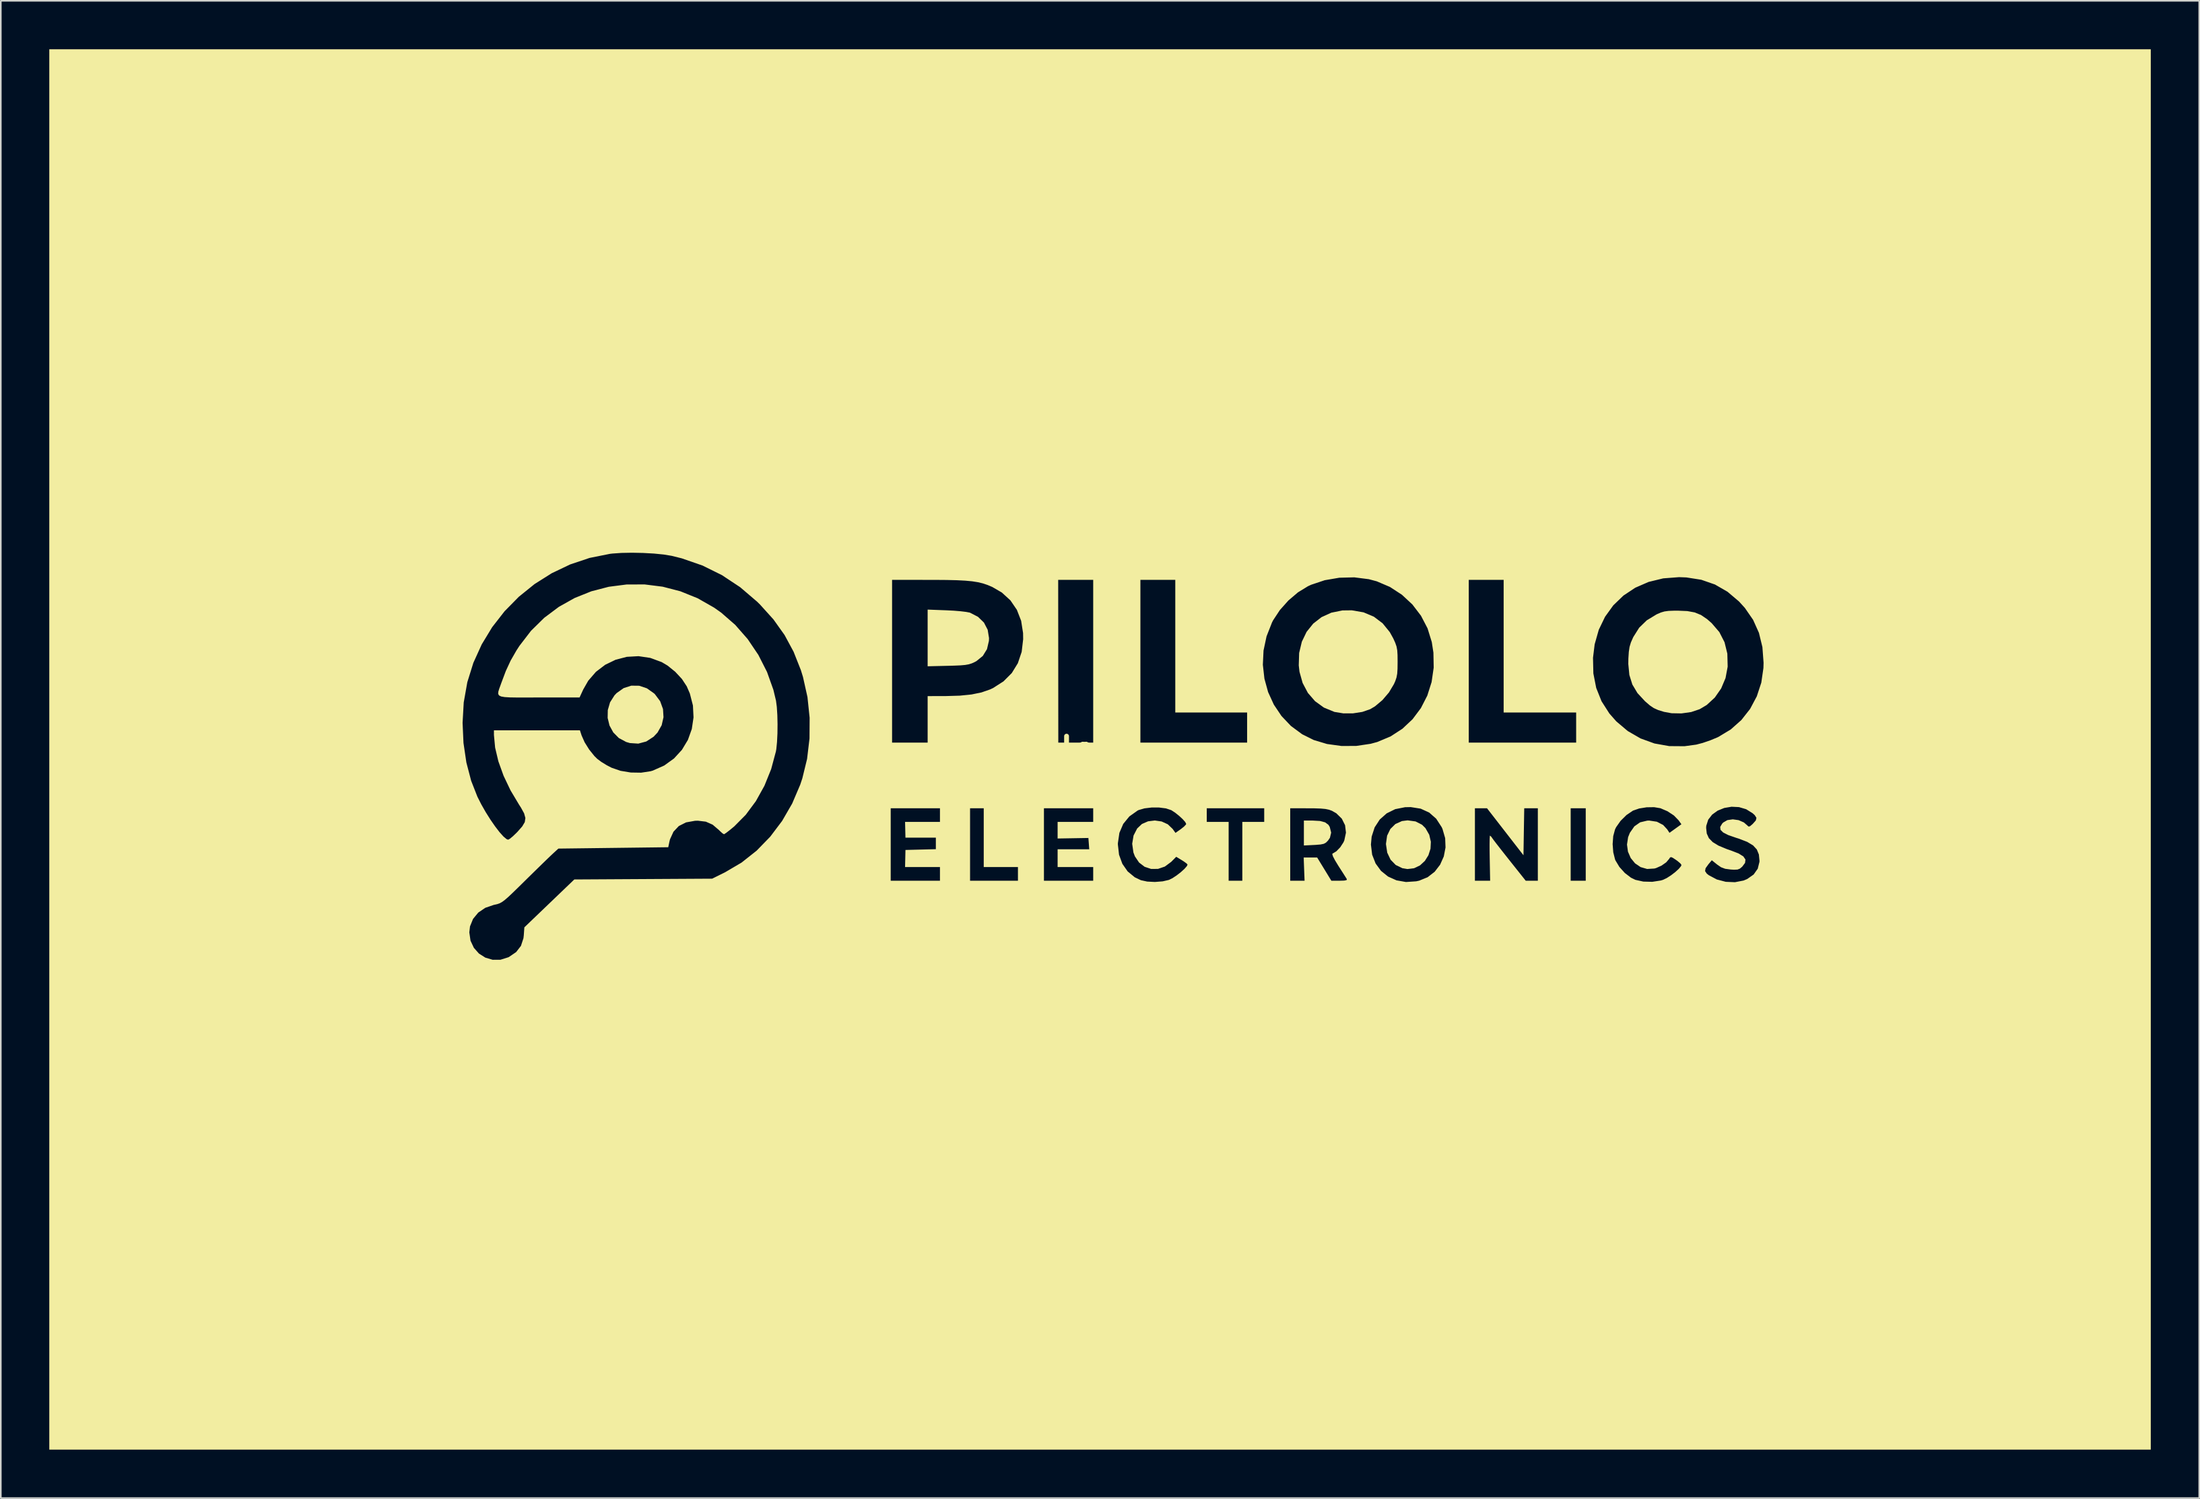
<source format=kicad_pcb>
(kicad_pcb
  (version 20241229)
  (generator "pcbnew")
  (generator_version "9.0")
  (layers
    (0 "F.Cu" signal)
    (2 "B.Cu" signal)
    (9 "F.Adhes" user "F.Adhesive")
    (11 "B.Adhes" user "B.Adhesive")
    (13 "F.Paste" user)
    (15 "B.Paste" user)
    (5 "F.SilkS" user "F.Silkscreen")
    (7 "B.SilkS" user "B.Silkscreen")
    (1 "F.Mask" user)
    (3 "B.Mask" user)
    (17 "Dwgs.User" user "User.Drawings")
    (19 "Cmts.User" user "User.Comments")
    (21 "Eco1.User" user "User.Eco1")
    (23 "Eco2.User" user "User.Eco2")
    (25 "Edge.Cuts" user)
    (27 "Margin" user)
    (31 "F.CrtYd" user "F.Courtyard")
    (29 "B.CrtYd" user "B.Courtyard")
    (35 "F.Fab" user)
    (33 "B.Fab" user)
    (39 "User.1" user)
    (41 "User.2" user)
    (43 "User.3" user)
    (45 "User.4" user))
  (footprint "logo"
    (layer "F.Cu")
    (at 65.024 43.349)
    (property "Reference" "logo" (at 0 0 0) (layer "F.SilkS") (effects (font (size 1.5 1.5) (thickness 0.3))))
    (attr board_only exclude_from_pos_files exclude_from_bom)
    (fp_poly (pts (xy 13.615 4.429) (xy 13.931 4.514) (xy 14.135 4.667) (xy 14.215 4.797) (xy 14.303 5.149) (xy 14.227 5.469) (xy 14.106 5.645) (xy 13.984 5.767) (xy 13.847 5.842) (xy 13.646 5.884) (xy 13.334 5.909) (xy 13.259 5.913) (xy 12.615 5.945) (xy 12.615 5.174) (xy 12.615 4.403) (xy 13.162 4.403)) (stroke (width 0) (type solid)) (fill yes) (layer "F.SilkS"))
    (fp_poly (pts (xy 19.526 4.457) (xy 19.927 4.662) (xy 20.138 4.872) (xy 20.373 5.282) (xy 20.473 5.716) (xy 20.451 6.146) (xy 20.322 6.55) (xy 20.1 6.903) (xy 19.8 7.179) (xy 19.435 7.354) (xy 19.019 7.404) (xy 18.711 7.353) (xy 18.296 7.151) (xy 17.979 6.824) (xy 17.774 6.393) (xy 17.696 5.877) (xy 17.695 5.835) (xy 17.766 5.336) (xy 17.966 4.924) (xy 18.277 4.617) (xy 18.684 4.434) (xy 19.035 4.39)) (stroke (width 0) (type solid)) (fill yes) (layer "F.SilkS"))
    (fp_poly (pts (xy -28.52 -3.944) (xy -28.042 -3.785) (xy -27.598 -3.47) (xy -27.544 -3.418) (xy -27.221 -2.986) (xy -27.045 -2.501) (xy -27.014 -1.996) (xy -27.127 -1.5) (xy -27.384 -1.046) (xy -27.628 -0.787) (xy -28.08 -0.493) (xy -28.573 -0.361) (xy -29.093 -0.395) (xy -29.325 -0.463) (xy -29.777 -0.705) (xy -30.122 -1.054) (xy -30.355 -1.479) (xy -30.47 -1.951) (xy -30.461 -2.44) (xy -30.322 -2.917) (xy -30.047 -3.35) (xy -29.916 -3.488) (xy -29.481 -3.797) (xy -29.008 -3.949)) (stroke (width 0) (type solid)) (fill yes) (layer "F.SilkS"))
    (fp_poly (pts (xy -9.504 -8.614) (xy -9.049 -8.591) (xy -8.63 -8.556) (xy -8.289 -8.515) (xy -8.068 -8.473) (xy -8.043 -8.465) (xy -7.551 -8.21) (xy -7.183 -7.853) (xy -6.953 -7.41) (xy -6.87 -6.898) (xy -6.876 -6.724) (xy -6.995 -6.211) (xy -7.254 -5.79) (xy -7.649 -5.469) (xy -7.763 -5.408) (xy -7.942 -5.327) (xy -8.125 -5.27) (xy -8.346 -5.231) (xy -8.64 -5.205) (xy -9.043 -5.188) (xy -9.419 -5.178) (xy -10.668 -5.149) (xy -10.668 -6.903) (xy -10.668 -8.658)) (stroke (width 0) (type solid)) (fill yes) (layer "F.SilkS"))
    (fp_poly (pts (xy 16.308 -8.488) (xy 16.945 -8.219) (xy 17.487 -7.81) (xy 17.93 -7.265) (xy 18.148 -6.871) (xy 18.27 -6.6) (xy 18.348 -6.374) (xy 18.392 -6.139) (xy 18.411 -5.842) (xy 18.415 -5.431) (xy 18.415 -5.419) (xy 18.41 -4.995) (xy 18.39 -4.689) (xy 18.345 -4.451) (xy 18.269 -4.227) (xy 18.188 -4.046) (xy 17.88 -3.53) (xy 17.475 -3.055) (xy 17.017 -2.67) (xy 16.716 -2.491) (xy 16.228 -2.323) (xy 15.655 -2.235) (xy 15.062 -2.233) (xy 14.516 -2.322) (xy 14.494 -2.328) (xy 13.853 -2.592) (xy 13.305 -2.989) (xy 12.862 -3.501) (xy 12.538 -4.114) (xy 12.343 -4.81) (xy 12.298 -5.205) (xy 12.322 -5.973) (xy 12.488 -6.669) (xy 12.782 -7.279) (xy 13.192 -7.79) (xy 13.707 -8.191) (xy 14.313 -8.467) (xy 14.999 -8.607) (xy 15.582 -8.614)) (stroke (width 0) (type solid)) (fill yes) (layer "F.SilkS"))
    (fp_poly (pts (xy 36.342 -8.567) (xy 36.797 -8.484) (xy 37.188 -8.325) (xy 37.563 -8.071) (xy 37.852 -7.818) (xy 38.325 -7.266) (xy 38.647 -6.637) (xy 38.82 -5.931) (xy 38.84 -5.15) (xy 38.838 -5.111) (xy 38.708 -4.417) (xy 38.437 -3.775) (xy 38.044 -3.212) (xy 37.546 -2.754) (xy 37.102 -2.49) (xy 36.58 -2.315) (xy 35.98 -2.231) (xy 35.37 -2.242) (xy 34.899 -2.328) (xy 34.537 -2.44) (xy 34.268 -2.56) (xy 34.023 -2.727) (xy 33.734 -2.977) (xy 33.716 -2.994) (xy 33.258 -3.49) (xy 32.942 -4.019) (xy 32.757 -4.61) (xy 32.691 -5.293) (xy 32.696 -5.627) (xy 32.723 -6.04) (xy 32.769 -6.351) (xy 32.851 -6.623) (xy 32.983 -6.922) (xy 33.006 -6.969) (xy 33.365 -7.538) (xy 33.834 -7.994) (xy 34.436 -8.36) (xy 34.459 -8.371) (xy 34.702 -8.477) (xy 34.927 -8.543) (xy 35.185 -8.578) (xy 35.532 -8.591) (xy 35.772 -8.591)) (stroke (width 0) (type solid)) (fill yes) (layer "F.SilkS"))
    (fp_poly (pts (xy 65.024 0) (xy 65.024 43.349) (xy 0 43.349) (xy -65.024 43.349) (xy -65.024 0) (xy -65.024 -1.648) (xy -39.448 -1.648) (xy -39.392 -0.402) (xy -39.214 0.804) (xy -38.917 1.94) (xy -38.531 2.925) (xy -38.291 3.399) (xy -38.017 3.88) (xy -37.726 4.343) (xy -37.433 4.766) (xy -37.158 5.124) (xy -36.914 5.395) (xy -36.721 5.555) (xy -36.627 5.588) (xy -36.521 5.53) (xy -36.336 5.377) (xy -36.107 5.157) (xy -36.039 5.086) (xy -35.758 4.767) (xy -35.599 4.499) (xy -35.561 4.243) (xy -35.64 3.958) (xy -35.834 3.603) (xy -35.949 3.425) (xy -36.48 2.535) (xy -36.911 1.63) (xy -37.232 0.739) (xy -37.434 -0.112) (xy -37.507 -0.895) (xy -37.507 -0.91) (xy -37.507 -1.185) (xy -34.847 -1.185) (xy -32.186 -1.185) (xy -32.083 -0.868) (xy -31.895 -0.444) (xy -31.615 0.004) (xy -31.292 0.407) (xy -31.112 0.584) (xy -30.859 0.773) (xy -30.526 0.977) (xy -30.23 1.131) (xy -29.67 1.324) (xy -29.039 1.428) (xy -28.399 1.438) (xy -27.814 1.35) (xy -27.674 1.309) (xy -26.967 0.994) (xy -26.364 0.559) (xy -25.874 0.024) (xy -25.504 -0.591) (xy -25.262 -1.267) (xy -25.156 -1.984) (xy -25.193 -2.722) (xy -25.383 -3.463) (xy -25.578 -3.912) (xy -25.877 -4.366) (xy -26.289 -4.809) (xy -26.759 -5.19) (xy -27.124 -5.407) (xy -27.834 -5.668) (xy -28.561 -5.775) (xy -29.283 -5.734) (xy -29.977 -5.554) (xy -30.621 -5.243) (xy -31.194 -4.807) (xy -31.671 -4.255) (xy -31.98 -3.715) (xy -32.209 -3.217) (xy -34.731 -3.217) (xy -35.473 -3.216) (xy -36.062 -3.215) (xy -36.513 -3.222) (xy -36.841 -3.242) (xy -37.062 -3.28) (xy -37.191 -3.344) (xy -37.244 -3.439) (xy -37.237 -3.57) (xy -37.185 -3.745) (xy -37.103 -3.969) (xy -37.052 -4.113) (xy -36.773 -4.855) (xy -36.474 -5.501) (xy -36.117 -6.123) (xy -35.929 -6.414) (xy -35.213 -7.345) (xy -34.395 -8.15) (xy -33.49 -8.828) (xy -32.513 -9.376) (xy -31.479 -9.791) (xy -30.402 -10.071) (xy -29.297 -10.213) (xy -28.18 -10.216) (xy -27.065 -10.076) (xy -25.967 -9.791) (xy -24.9 -9.36) (xy -23.88 -8.778) (xy -23.443 -8.469) (xy -22.576 -7.713) (xy -21.805 -6.833) (xy -21.144 -5.853) (xy -20.608 -4.798) (xy -20.214 -3.693) (xy -20.053 -3.021) (xy -20.002 -2.634) (xy -19.97 -2.132) (xy -19.957 -1.568) (xy -19.963 -0.994) (xy -19.989 -0.461) (xy -20.033 -0.021) (xy -20.059 0.127) (xy -20.351 1.216) (xy -20.768 2.248) (xy -21.297 3.2) (xy -21.924 4.046) (xy -22.636 4.764) (xy -22.667 4.79) (xy -22.922 5) (xy -23.129 5.16) (xy -23.255 5.243) (xy -23.272 5.249) (xy -23.365 5.193) (xy -23.521 5.052) (xy -23.585 4.988) (xy -23.974 4.657) (xy -24.394 4.471) (xy -24.888 4.412) (xy -25.064 4.417) (xy -25.62 4.516) (xy -26.066 4.742) (xy -26.397 5.093) (xy -26.612 5.564) (xy -26.652 5.727) (xy -26.72 6.054) (xy -30.119 6.096) (xy -33.519 6.138) (xy -33.841 6.433) (xy -33.994 6.577) (xy -34.246 6.819) (xy -34.574 7.138) (xy -34.956 7.511) (xy -35.37 7.917) (xy -35.578 8.122) (xy -36.027 8.564) (xy -36.376 8.903) (xy -36.643 9.153) (xy -36.848 9.329) (xy -37.012 9.448) (xy -37.154 9.525) (xy -37.293 9.574) (xy -37.451 9.611) (xy -37.52 9.625) (xy -38.046 9.806) (xy -38.479 10.102) (xy -38.8 10.492) (xy -38.988 10.954) (xy -39.031 11.324) (xy -38.957 11.839) (xy -38.749 12.282) (xy -38.434 12.638) (xy -38.038 12.889) (xy -37.585 13.022) (xy -37.101 13.019) (xy -36.611 12.865) (xy -36.578 12.848) (xy -36.132 12.544) (xy -35.835 12.159) (xy -35.681 11.688) (xy -35.661 11.517) (xy -35.625 11.014) (xy -34.08 9.532) (xy -32.534 8.049) (xy -28.269 8.025) (xy -24.003 8.001) (xy -23.199 7.602) (xy -22.184 7.005) (xy -21.251 6.267) (xy -20.879 5.884) (xy -12.954 5.884) (xy -12.954 8.128) (xy -11.43 8.128) (xy -9.906 8.128) (xy -9.906 7.705) (xy -9.906 7.281) (xy -10.986 7.281) (xy -12.065 7.281) (xy -12.053 6.752) (xy -12.041 6.223) (xy -11.101 6.199) (xy -10.16 6.175) (xy -10.16 5.884) (xy -8.043 5.884) (xy -8.043 8.128) (xy -6.562 8.128) (xy -5.08 8.128) (xy -5.08 7.705) (xy -5.08 7.281) (xy -6.138 7.281) (xy -7.197 7.281) (xy -7.197 5.884) (xy -3.471 5.884) (xy -3.471 8.128) (xy -1.947 8.128) (xy -0.423 8.128) (xy -0.423 7.705) (xy -0.423 7.281) (xy -1.524 7.281) (xy -2.625 7.281) (xy -2.625 6.731) (xy -2.625 6.181) (xy -1.646 6.181) (xy -0.668 6.181) (xy -0.69 5.884) (xy 1.104 5.884) (xy 1.176 6.518) (xy 1.382 7.081) (xy 1.71 7.552) (xy 2.147 7.913) (xy 2.527 8.095) (xy 2.921 8.18) (xy 3.395 8.204) (xy 3.877 8.166) (xy 4.263 8.077) (xy 4.478 7.972) (xy 4.736 7.802) (xy 4.997 7.6) (xy 5.223 7.396) (xy 5.374 7.223) (xy 5.416 7.126) (xy 5.349 7.053) (xy 5.18 6.931) (xy 5.065 6.858) (xy 4.716 6.646) (xy 4.408 6.956) (xy 4.013 7.25) (xy 3.588 7.395) (xy 3.161 7.398) (xy 2.761 7.265) (xy 2.417 7.003) (xy 2.158 6.62) (xy 2.066 6.378) (xy 1.99 5.839) (xy 2.075 5.328) (xy 2.298 4.894) (xy 2.593 4.615) (xy 2.971 4.45) (xy 3.391 4.399) (xy 3.813 4.46) (xy 4.194 4.634) (xy 4.493 4.919) (xy 4.495 4.922) (xy 4.669 5.166) (xy 5 4.933) (xy 5.195 4.778) (xy 5.314 4.651) (xy 5.332 4.61) (xy 5.271 4.491) (xy 5.109 4.31) (xy 4.887 4.105) (xy 4.835 4.064) (xy 6.604 4.064) (xy 6.604 4.487) (xy 7.281 4.487) (xy 7.959 4.487) (xy 7.959 6.308) (xy 7.959 8.128) (xy 8.382 8.128) (xy 8.805 8.128) (xy 8.805 6.308) (xy 8.805 5.884) (xy 11.769 5.884) (xy 11.769 8.128) (xy 12.213 8.128) (xy 12.658 8.128) (xy 12.63 7.409) (xy 12.603 6.689) (xy 13.019 6.689) (xy 13.436 6.689) (xy 13.876 7.408) (xy 14.315 8.128) (xy 14.825 8.128) (xy 15.113 8.119) (xy 15.256 8.089) (xy 15.276 8.033) (xy 15.27 8.022) (xy 15.199 7.909) (xy 15.059 7.689) (xy 14.874 7.4) (xy 14.746 7.201) (xy 14.54 6.862) (xy 14.412 6.614) (xy 14.371 6.474) (xy 14.385 6.452) (xy 14.622 6.308) (xy 14.864 6.058) (xy 14.974 5.889) (xy 16.764 5.889) (xy 16.839 6.513) (xy 17.054 7.061) (xy 17.388 7.518) (xy 17.825 7.87) (xy 18.346 8.104) (xy 18.932 8.207) (xy 19.565 8.164) (xy 19.753 8.123) (xy 20.274 7.91) (xy 20.709 7.572) (xy 21.045 7.135) (xy 21.273 6.625) (xy 21.38 6.069) (xy 21.373 5.884) (xy 23.199 5.884) (xy 23.199 8.128) (xy 23.67 8.128) (xy 24.141 8.128) (xy 24.115 6.731) (xy 24.108 6.266) (xy 24.107 5.867) (xy 24.112 5.561) (xy 24.121 5.376) (xy 24.131 5.334) (xy 24.205 5.396) (xy 24.269 5.486) (xy 24.35 5.599) (xy 24.519 5.82) (xy 24.756 6.125) (xy 25.044 6.491) (xy 25.354 6.883) (xy 26.344 8.128) (xy 26.719 8.128) (xy 27.093 8.128) (xy 27.093 5.884) (xy 29.125 5.884) (xy 29.125 8.128) (xy 29.591 8.128) (xy 30.057 8.128) (xy 30.057 5.884) (xy 30.057 5.863) (xy 31.722 5.863) (xy 31.76 6.366) (xy 31.87 6.805) (xy 31.897 6.871) (xy 32.141 7.276) (xy 32.478 7.65) (xy 32.86 7.942) (xy 33.13 8.073) (xy 33.623 8.181) (xy 34.174 8.195) (xy 34.701 8.114) (xy 34.836 8.074) (xy 35.07 7.963) (xy 35.337 7.791) (xy 35.6 7.589) (xy 35.664 7.531) (xy 37.442 7.531) (xy 37.549 7.689) (xy 37.671 7.785) (xy 38.167 8.049) (xy 38.723 8.195) (xy 39.291 8.219) (xy 39.825 8.116) (xy 40.05 8.022) (xy 40.447 7.743) (xy 40.702 7.383) (xy 40.807 6.958) (xy 40.809 6.884) (xy 40.771 6.501) (xy 40.644 6.192) (xy 40.41 5.939) (xy 40.05 5.723) (xy 39.545 5.527) (xy 39.36 5.469) (xy 38.881 5.303) (xy 38.562 5.141) (xy 38.397 4.976) (xy 38.378 4.798) (xy 38.496 4.597) (xy 38.562 4.526) (xy 38.822 4.375) (xy 39.158 4.327) (xy 39.516 4.377) (xy 39.841 4.518) (xy 40.039 4.689) (xy 40.127 4.771) (xy 40.218 4.758) (xy 40.363 4.636) (xy 40.399 4.602) (xy 40.582 4.396) (xy 40.621 4.234) (xy 40.515 4.068) (xy 40.383 3.948) (xy 39.985 3.701) (xy 39.542 3.57) (xy 39.082 3.547) (xy 38.633 3.622) (xy 38.224 3.787) (xy 37.882 4.032) (xy 37.637 4.348) (xy 37.516 4.728) (xy 37.508 4.86) (xy 37.547 5.204) (xy 37.676 5.49) (xy 37.913 5.735) (xy 38.275 5.956) (xy 38.78 6.166) (xy 39.063 6.264) (xy 39.519 6.441) (xy 39.81 6.623) (xy 39.941 6.815) (xy 39.916 7.024) (xy 39.745 7.253) (xy 39.602 7.376) (xy 39.454 7.435) (xy 39.238 7.446) (xy 39.028 7.434) (xy 38.687 7.389) (xy 38.431 7.293) (xy 38.193 7.129) (xy 37.859 6.86) (xy 37.641 7.12) (xy 37.473 7.356) (xy 37.442 7.531) (xy 35.664 7.531) (xy 35.819 7.389) (xy 35.955 7.222) (xy 35.98 7.148) (xy 35.914 7.058) (xy 35.75 6.917) (xy 35.643 6.839) (xy 35.44 6.705) (xy 35.329 6.662) (xy 35.263 6.703) (xy 35.223 6.77) (xy 35.037 6.989) (xy 34.746 7.193) (xy 34.414 7.343) (xy 34.305 7.373) (xy 33.856 7.4) (xy 33.452 7.284) (xy 33.108 7.05) (xy 32.841 6.723) (xy 32.67 6.328) (xy 32.61 5.89) (xy 32.679 5.432) (xy 32.787 5.162) (xy 33.065 4.763) (xy 33.422 4.512) (xy 33.865 4.407) (xy 33.985 4.403) (xy 34.458 4.474) (xy 34.848 4.676) (xy 35.099 4.948) (xy 35.239 5.162) (xy 35.608 4.897) (xy 35.977 4.632) (xy 35.802 4.385) (xy 35.514 4.089) (xy 35.116 3.826) (xy 34.68 3.639) (xy 34.289 3.574) (xy 33.826 3.581) (xy 33.365 3.655) (xy 32.983 3.787) (xy 32.975 3.792) (xy 32.58 4.059) (xy 32.215 4.419) (xy 31.938 4.812) (xy 31.869 4.953) (xy 31.758 5.368) (xy 31.722 5.863) (xy 30.057 5.863) (xy 30.057 3.641) (xy 29.591 3.641) (xy 29.125 3.641) (xy 29.125 5.884) (xy 27.093 5.884) (xy 27.093 3.641) (xy 26.672 3.641) (xy 26.251 3.641) (xy 26.227 5.096) (xy 26.204 6.551) (xy 25.076 5.096) (xy 23.948 3.641) (xy 23.573 3.641) (xy 23.199 3.641) (xy 23.199 5.884) (xy 21.373 5.884) (xy 21.358 5.492) (xy 21.193 4.922) (xy 21.14 4.807) (xy 20.802 4.287) (xy 20.368 3.906) (xy 19.842 3.666) (xy 19.227 3.569) (xy 18.876 3.576) (xy 18.266 3.697) (xy 17.739 3.957) (xy 17.31 4.338) (xy 16.995 4.823) (xy 16.809 5.397) (xy 16.764 5.889) (xy 14.974 5.889) (xy 15.06 5.758) (xy 15.117 5.631) (xy 15.219 5.15) (xy 15.164 4.691) (xy 14.96 4.283) (xy 14.621 3.952) (xy 14.355 3.8) (xy 14.171 3.732) (xy 13.95 3.686) (xy 13.657 3.659) (xy 13.254 3.645) (xy 12.89 3.643) (xy 11.769 3.641) (xy 11.769 5.884) (xy 8.805 5.884) (xy 8.805 4.487) (xy 9.483 4.487) (xy 10.16 4.487) (xy 10.16 4.064) (xy 10.16 3.641) (xy 8.382 3.641) (xy 6.604 3.641) (xy 6.604 4.064) (xy 4.835 4.064) (xy 4.642 3.91) (xy 4.415 3.763) (xy 4.403 3.757) (xy 4.078 3.649) (xy 3.653 3.595) (xy 3.19 3.595) (xy 2.749 3.648) (xy 2.39 3.752) (xy 2.328 3.782) (xy 1.814 4.147) (xy 1.436 4.61) (xy 1.198 5.165) (xy 1.105 5.802) (xy 1.104 5.884) (xy -0.69 5.884) (xy -0.694 5.831) (xy -0.72 5.481) (xy -1.672 5.497) (xy -2.625 5.513) (xy -2.625 5) (xy -2.625 4.487) (xy -1.524 4.487) (xy -0.423 4.487) (xy -0.423 4.064) (xy -0.423 3.641) (xy -1.947 3.641) (xy -3.471 3.641) (xy -3.471 5.884) (xy -7.197 5.884) (xy -7.197 5.461) (xy -7.197 3.641) (xy -7.62 3.641) (xy -8.043 3.641) (xy -8.043 5.884) (xy -10.16 5.884) (xy -10.16 5.818) (xy -10.16 5.461) (xy -11.101 5.461) (xy -12.042 5.461) (xy -12.053 4.974) (xy -12.065 4.487) (xy -10.986 4.487) (xy -9.906 4.487) (xy -9.906 4.064) (xy -9.906 3.641) (xy -11.43 3.641) (xy -12.954 3.641) (xy -12.954 5.884) (xy -20.879 5.884) (xy -20.411 5.403) (xy -19.674 4.426) (xy -19.051 3.349) (xy -18.555 2.186) (xy -18.423 1.791) (xy -18.129 0.587) (xy -17.979 -0.675) (xy -17.971 -1.962) (xy -18.105 -3.243) (xy -18.382 -4.486) (xy -18.513 -4.911) (xy -18.731 -5.461) (xy -12.869 -5.461) (xy -12.869 -0.423) (xy -11.769 -0.423) (xy -10.668 -0.423) (xy -10.668 -1.863) (xy -10.668 -3.302) (xy -9.546 -3.305) (xy -8.679 -3.33) (xy -7.95 -3.404) (xy -7.334 -3.531) (xy -6.805 -3.715) (xy -6.619 -3.802) (xy -5.974 -4.215) (xy -5.461 -4.73) (xy -5.085 -5.341) (xy -4.849 -6.042) (xy -4.757 -6.826) (xy -4.763 -7.207) (xy -4.882 -7.965) (xy -5.146 -8.643) (xy -5.547 -9.231) (xy -6.078 -9.716) (xy -6.668 -10.059) (xy -6.954 -10.18) (xy -7.242 -10.278) (xy -7.554 -10.353) (xy -7.913 -10.41) (xy -8.343 -10.45) (xy -8.865 -10.477) (xy -9.502 -10.492) (xy -10.278 -10.498) (xy -10.604 -10.498) (xy -12.869 -10.499) (xy -2.59 -10.499) (xy -2.586 -5.461) (xy -2.583 -0.423) (xy -1.503 -0.423) (xy -0.423 -0.423) (xy -0.423 -5.461) (xy 2.498 -5.461) (xy 2.498 -0.423) (xy 5.8 -0.423) (xy 9.102 -0.423) (xy 9.102 -1.355) (xy 9.102 -2.286) (xy 6.879 -2.286) (xy 4.657 -2.286) (xy 4.657 -5.244) (xy 10.076 -5.244) (xy 10.173 -4.381) (xy 10.401 -3.552) (xy 10.756 -2.775) (xy 11.23 -2.069) (xy 11.817 -1.451) (xy 12.51 -0.94) (xy 13.224 -0.584) (xy 14.048 -0.337) (xy 14.942 -0.214) (xy 15.857 -0.218) (xy 16.746 -0.35) (xy 17.153 -0.46) (xy 17.98 -0.806) (xy 18.712 -1.281) (xy 19.34 -1.871) (xy 19.856 -2.56) (xy 20.252 -3.332) (xy 20.519 -4.173) (xy 20.648 -5.065) (xy 20.641 -5.461) (xy 22.818 -5.461) (xy 22.818 -0.423) (xy 26.141 -0.423) (xy 29.464 -0.423) (xy 29.464 -1.355) (xy 29.464 -2.286) (xy 27.22 -2.286) (xy 24.977 -2.286) (xy 24.977 -5.673) (xy 30.507 -5.673) (xy 30.529 -4.706) (xy 30.705 -3.81) (xy 31.035 -2.984) (xy 31.519 -2.227) (xy 31.948 -1.739) (xy 32.656 -1.14) (xy 33.448 -0.682) (xy 34.309 -0.37) (xy 35.222 -0.207) (xy 36.17 -0.2) (xy 36.897 -0.299) (xy 37.297 -0.404) (xy 37.759 -0.562) (xy 38.197 -0.743) (xy 38.269 -0.777) (xy 39.031 -1.237) (xy 39.688 -1.821) (xy 40.229 -2.51) (xy 40.643 -3.288) (xy 40.922 -4.137) (xy 41.053 -5.041) (xy 41.062 -5.369) (xy 40.99 -6.338) (xy 40.775 -7.22) (xy 40.414 -8.025) (xy 39.902 -8.765) (xy 39.539 -9.164) (xy 38.83 -9.764) (xy 38.055 -10.211) (xy 37.209 -10.505) (xy 36.285 -10.65) (xy 35.832 -10.667) (xy 34.853 -10.592) (xy 33.946 -10.371) (xy 33.123 -10.013) (xy 32.392 -9.528) (xy 31.765 -8.925) (xy 31.252 -8.214) (xy 30.863 -7.406) (xy 30.609 -6.509) (xy 30.507 -5.673) (xy 24.977 -5.673) (xy 24.977 -6.392) (xy 24.977 -10.499) (xy 23.897 -10.499) (xy 22.818 -10.499) (xy 22.818 -5.461) (xy 20.641 -5.461) (xy 20.631 -5.995) (xy 20.531 -6.646) (xy 20.269 -7.495) (xy 19.862 -8.278) (xy 19.327 -8.978) (xy 18.681 -9.578) (xy 17.942 -10.06) (xy 17.126 -10.409) (xy 16.635 -10.54) (xy 15.735 -10.655) (xy 14.811 -10.632) (xy 13.907 -10.478) (xy 13.067 -10.197) (xy 12.869 -10.106) (xy 12.25 -9.727) (xy 11.656 -9.221) (xy 11.13 -8.631) (xy 10.713 -7.999) (xy 10.643 -7.863) (xy 10.305 -7.003) (xy 10.118 -6.125) (xy 10.076 -5.244) (xy 4.657 -5.244) (xy 4.657 -6.392) (xy 4.657 -10.499) (xy 3.577 -10.499) (xy 2.498 -10.499) (xy 2.498 -5.461) (xy -0.423 -5.461) (xy -0.423 -10.499) (xy -1.506 -10.499) (xy -2.59 -10.499) (xy -12.869 -10.499) (xy -12.869 -5.461) (xy -18.731 -5.461) (xy -18.963 -6.047) (xy -19.522 -7.084) (xy -20.21 -8.05) (xy -21.046 -8.976) (xy -21.223 -9.15) (xy -22.269 -10.044) (xy -23.395 -10.79) (xy -24.599 -11.386) (xy -25.879 -11.83) (xy -26.514 -11.988) (xy -27.002 -12.068) (xy -27.606 -12.128) (xy -28.277 -12.165) (xy -28.963 -12.179) (xy -29.615 -12.167) (xy -30.18 -12.128) (xy -30.334 -12.109) (xy -31.59 -11.857) (xy -32.792 -11.453) (xy -33.93 -10.91) (xy -34.993 -10.239) (xy -35.969 -9.451) (xy -36.847 -8.558) (xy -37.616 -7.571) (xy -38.264 -6.502) (xy -38.781 -5.362) (xy -39.155 -4.163) (xy -39.376 -2.915) (xy -39.377 -2.904) (xy -39.448 -1.648) (xy -65.024 -1.648) (xy -65.024 -43.349) (xy 0 -43.349) (xy 65.024 -43.349)) (stroke (width 0) (type solid)) (fill yes) (layer "F.SilkS")))
  (gr_rect
    (start -3 -3)
    (end 133.048 89.699)
    (stroke (width 0.1) (type default))
    (fill no)
    (layer "Edge.Cuts")))
</source>
